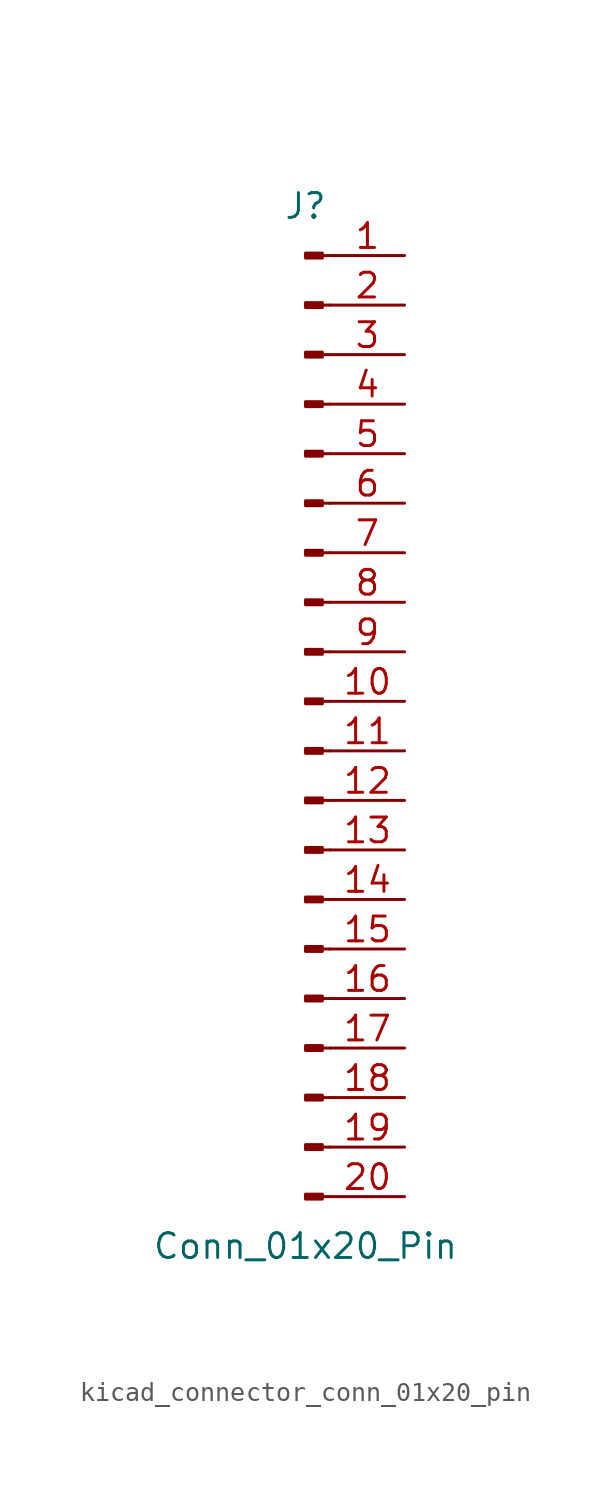
<source format=kicad_sym>
(kicad_symbol_lib
  (version 20220914)
  (generator kicad_symbol_editor)
  (symbol "kicad_connector_conn_01x20_pin"
    (pin_names
      (offset 1.016) hide)
    (property "Reference" "J"
      (at 0 25.4 0)
      (effects (font (size 1.27 1.27))))
    (property "Value" "Conn_01x20_Pin"
      (at 0 -27.94 0)
      (effects (font (size 1.27 1.27))))
    (property "ki_locked" ""
      (at 0 0 0)
      (effects (font (size 1.27 1.27))))
    (symbol "kicad_connector_conn_01x20_pin_1_1"
      (polyline (pts (xy 1.27 -25.4) (xy 0.864 -25.4)) (stroke (width 0.152) (type default)) (fill (type none)))
      (polyline (pts (xy 1.27 -22.86) (xy 0.864 -22.86)) (stroke (width 0.152) (type default)) (fill (type none)))
      (polyline (pts (xy 1.27 -20.32) (xy 0.864 -20.32)) (stroke (width 0.152) (type default)) (fill (type none)))
      (polyline (pts (xy 1.27 -17.78) (xy 0.864 -17.78)) (stroke (width 0.152) (type default)) (fill (type none)))
      (polyline (pts (xy 1.27 -15.24) (xy 0.864 -15.24)) (stroke (width 0.152) (type default)) (fill (type none)))
      (polyline (pts (xy 1.27 -12.7) (xy 0.864 -12.7)) (stroke (width 0.152) (type default)) (fill (type none)))
      (polyline (pts (xy 1.27 -10.16) (xy 0.864 -10.16)) (stroke (width 0.152) (type default)) (fill (type none)))
      (polyline (pts (xy 1.27 -7.62) (xy 0.864 -7.62)) (stroke (width 0.152) (type default)) (fill (type none)))
      (polyline (pts (xy 1.27 -5.08) (xy 0.864 -5.08)) (stroke (width 0.152) (type default)) (fill (type none)))
      (polyline (pts (xy 1.27 -2.54) (xy 0.864 -2.54)) (stroke (width 0.152) (type default)) (fill (type none)))
      (polyline (pts (xy 1.27 0) (xy 0.864 0)) (stroke (width 0.152) (type default)) (fill (type none)))
      (polyline (pts (xy 1.27 2.54) (xy 0.864 2.54)) (stroke (width 0.152) (type default)) (fill (type none)))
      (polyline (pts (xy 1.27 5.08) (xy 0.864 5.08)) (stroke (width 0.152) (type default)) (fill (type none)))
      (polyline (pts (xy 1.27 7.62) (xy 0.864 7.62)) (stroke (width 0.152) (type default)) (fill (type none)))
      (polyline (pts (xy 1.27 10.16) (xy 0.864 10.16)) (stroke (width 0.152) (type default)) (fill (type none)))
      (polyline (pts (xy 1.27 12.7) (xy 0.864 12.7)) (stroke (width 0.152) (type default)) (fill (type none)))
      (polyline (pts (xy 1.27 15.24) (xy 0.864 15.24)) (stroke (width 0.152) (type default)) (fill (type none)))
      (polyline (pts (xy 1.27 17.78) (xy 0.864 17.78)) (stroke (width 0.152) (type default)) (fill (type none)))
      (polyline (pts (xy 1.27 20.32) (xy 0.864 20.32)) (stroke (width 0.152) (type default)) (fill (type none)))
      (polyline (pts (xy 1.27 22.86) (xy 0.864 22.86)) (stroke (width 0.152) (type default)) (fill (type none)))
      (rectangle (start 0.864 -25.273) (end 0 -25.527) (stroke (width 0.152) (type default)) (fill (type outline)))
      (rectangle (start 0.864 -22.733) (end 0 -22.987) (stroke (width 0.152) (type default)) (fill (type outline)))
      (rectangle (start 0.864 -20.193) (end 0 -20.447) (stroke (width 0.152) (type default)) (fill (type outline)))
      (rectangle (start 0.864 -17.653) (end 0 -17.907) (stroke (width 0.152) (type default)) (fill (type outline)))
      (rectangle (start 0.864 -15.113) (end 0 -15.367) (stroke (width 0.152) (type default)) (fill (type outline)))
      (rectangle (start 0.864 -12.573) (end 0 -12.827) (stroke (width 0.152) (type default)) (fill (type outline)))
      (rectangle (start 0.864 -10.033) (end 0 -10.287) (stroke (width 0.152) (type default)) (fill (type outline)))
      (rectangle (start 0.864 -7.493) (end 0 -7.747) (stroke (width 0.152) (type default)) (fill (type outline)))
      (rectangle (start 0.864 -4.953) (end 0 -5.207) (stroke (width 0.152) (type default)) (fill (type outline)))
      (rectangle (start 0.864 -2.413) (end 0 -2.667) (stroke (width 0.152) (type default)) (fill (type outline)))
      (rectangle (start 0.864 0.127) (end 0 -0.127) (stroke (width 0.152) (type default)) (fill (type outline)))
      (rectangle (start 0.864 2.667) (end 0 2.413) (stroke (width 0.152) (type default)) (fill (type outline)))
      (rectangle (start 0.864 5.207) (end 0 4.953) (stroke (width 0.152) (type default)) (fill (type outline)))
      (rectangle (start 0.864 7.747) (end 0 7.493) (stroke (width 0.152) (type default)) (fill (type outline)))
      (rectangle (start 0.864 10.287) (end 0 10.033) (stroke (width 0.152) (type default)) (fill (type outline)))
      (rectangle (start 0.864 12.827) (end 0 12.573) (stroke (width 0.152) (type default)) (fill (type outline)))
      (rectangle (start 0.864 15.367) (end 0 15.113) (stroke (width 0.152) (type default)) (fill (type outline)))
      (rectangle (start 0.864 17.907) (end 0 17.653) (stroke (width 0.152) (type default)) (fill (type outline)))
      (rectangle (start 0.864 20.447) (end 0 20.193) (stroke (width 0.152) (type default)) (fill (type outline)))
      (rectangle (start 0.864 22.987) (end 0 22.733) (stroke (width 0.152) (type default)) (fill (type outline)))
      (pin passive line (at 5.08 22.86 180) (length 3.81) (name "Pin_1" (effects (font (size 1.27 1.27)))) (number "1" (effects (font (size 1.27 1.27)))))
      (pin passive line (at 5.08 0 180) (length 3.81) (name "Pin_10" (effects (font (size 1.27 1.27)))) (number "10" (effects (font (size 1.27 1.27)))))
      (pin passive line (at 5.08 -2.54 180) (length 3.81) (name "Pin_11" (effects (font (size 1.27 1.27)))) (number "11" (effects (font (size 1.27 1.27)))))
      (pin passive line (at 5.08 -5.08 180) (length 3.81) (name "Pin_12" (effects (font (size 1.27 1.27)))) (number "12" (effects (font (size 1.27 1.27)))))
      (pin passive line (at 5.08 -7.62 180) (length 3.81) (name "Pin_13" (effects (font (size 1.27 1.27)))) (number "13" (effects (font (size 1.27 1.27)))))
      (pin passive line (at 5.08 -10.16 180) (length 3.81) (name "Pin_14" (effects (font (size 1.27 1.27)))) (number "14" (effects (font (size 1.27 1.27)))))
      (pin passive line (at 5.08 -12.7 180) (length 3.81) (name "Pin_15" (effects (font (size 1.27 1.27)))) (number "15" (effects (font (size 1.27 1.27)))))
      (pin passive line (at 5.08 -15.24 180) (length 3.81) (name "Pin_16" (effects (font (size 1.27 1.27)))) (number "16" (effects (font (size 1.27 1.27)))))
      (pin passive line (at 5.08 -17.78 180) (length 3.81) (name "Pin_17" (effects (font (size 1.27 1.27)))) (number "17" (effects (font (size 1.27 1.27)))))
      (pin passive line (at 5.08 -20.32 180) (length 3.81) (name "Pin_18" (effects (font (size 1.27 1.27)))) (number "18" (effects (font (size 1.27 1.27)))))
      (pin passive line (at 5.08 -22.86 180) (length 3.81) (name "Pin_19" (effects (font (size 1.27 1.27)))) (number "19" (effects (font (size 1.27 1.27)))))
      (pin passive line (at 5.08 20.32 180) (length 3.81) (name "Pin_2" (effects (font (size 1.27 1.27)))) (number "2" (effects (font (size 1.27 1.27)))))
      (pin passive line (at 5.08 -25.4 180) (length 3.81) (name "Pin_20" (effects (font (size 1.27 1.27)))) (number "20" (effects (font (size 1.27 1.27)))))
      (pin passive line (at 5.08 17.78 180) (length 3.81) (name "Pin_3" (effects (font (size 1.27 1.27)))) (number "3" (effects (font (size 1.27 1.27)))))
      (pin passive line (at 5.08 15.24 180) (length 3.81) (name "Pin_4" (effects (font (size 1.27 1.27)))) (number "4" (effects (font (size 1.27 1.27)))))
      (pin passive line (at 5.08 12.7 180) (length 3.81) (name "Pin_5" (effects (font (size 1.27 1.27)))) (number "5" (effects (font (size 1.27 1.27)))))
      (pin passive line (at 5.08 10.16 180) (length 3.81) (name "Pin_6" (effects (font (size 1.27 1.27)))) (number "6" (effects (font (size 1.27 1.27)))))
      (pin passive line (at 5.08 7.62 180) (length 3.81) (name "Pin_7" (effects (font (size 1.27 1.27)))) (number "7" (effects (font (size 1.27 1.27)))))
      (pin passive line (at 5.08 5.08 180) (length 3.81) (name "Pin_8" (effects (font (size 1.27 1.27)))) (number "8" (effects (font (size 1.27 1.27)))))
      (pin passive line (at 5.08 2.54 180) (length 3.81) (name "Pin_9" (effects (font (size 1.27 1.27)))) (number "9" (effects (font (size 1.27 1.27))))))))
</source>
